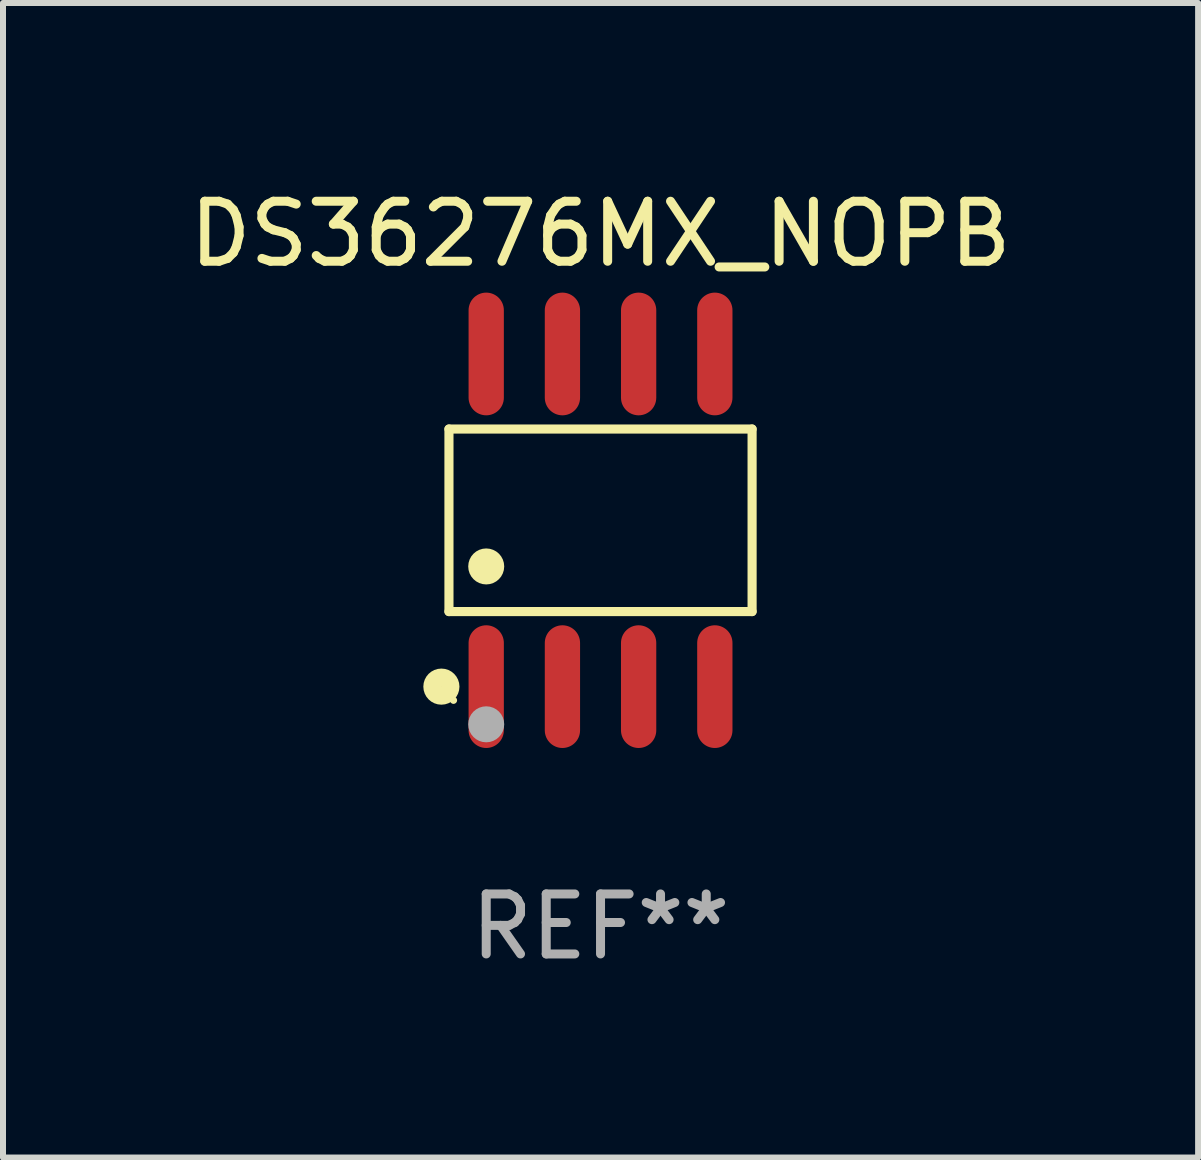
<source format=kicad_pcb>
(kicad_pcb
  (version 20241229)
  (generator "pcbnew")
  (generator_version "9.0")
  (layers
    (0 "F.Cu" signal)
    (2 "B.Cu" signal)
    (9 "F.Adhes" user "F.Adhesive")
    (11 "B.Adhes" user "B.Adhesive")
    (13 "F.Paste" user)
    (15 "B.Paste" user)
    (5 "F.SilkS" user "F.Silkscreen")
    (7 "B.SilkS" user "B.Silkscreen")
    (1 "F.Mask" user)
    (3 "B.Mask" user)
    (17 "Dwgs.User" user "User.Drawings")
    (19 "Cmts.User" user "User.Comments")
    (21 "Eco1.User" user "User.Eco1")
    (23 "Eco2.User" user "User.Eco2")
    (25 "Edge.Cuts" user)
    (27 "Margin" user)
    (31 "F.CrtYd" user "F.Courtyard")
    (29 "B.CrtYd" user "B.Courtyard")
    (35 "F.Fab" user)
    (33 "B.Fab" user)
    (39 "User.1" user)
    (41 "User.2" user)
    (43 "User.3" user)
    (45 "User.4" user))
  (footprint "DS36276MX_NOPB"
    (layer "F.Cu")
    (at 6.958 5.621)
    (property "Reference" "DS36276MX_NOPB" (at 0 -4.772 0) (layer "F.SilkS") (effects (font (size 1 1) (thickness 0.15))))
    (attr through_hole)
    (fp_line (start -2.526 -1.521) (end 2.526 -1.521) (stroke (width 0.152) (type solid)) (layer "F.SilkS"))
    (fp_line (start -2.526 1.521) (end -2.526 -1.521) (stroke (width 0.152) (type solid)) (layer "F.SilkS"))
    (fp_line (start 2.526 -1.521) (end 2.526 1.521) (stroke (width 0.152) (type solid)) (layer "F.SilkS"))
    (fp_line (start 2.526 1.521) (end -2.526 1.521) (stroke (width 0.152) (type solid)) (layer "F.SilkS"))
    (fp_circle (center -2.652 2.772) (end -2.501 2.772) (stroke (width 0.3) (type solid)) (fill no) (layer "F.SilkS"))
    (fp_circle (center -2.45 3) (end -2.42 3) (stroke (width 0.06) (type solid)) (fill no) (layer "F.SilkS"))
    (fp_circle (center -1.905 0.769) (end -1.755 0.769) (stroke (width 0.3) (type solid)) (fill no) (layer "F.SilkS"))
    (fp_circle (center -1.905 3.4) (end -1.755 3.4) (stroke (width 0.3) (type solid)) (fill no) (layer "F.Fab"))
    (fp_text user "REF**" (at 0 6.772 0) (layer "F.Fab") (effects (font (size 1 1) (thickness 0.15))))
    (pad "1" smd oval (at -1.905 2.772) (size 0.588 2.045) (layers "F.Cu" "F.Mask" "F.Paste"))
    (pad "2" smd oval (at -0.635 2.772) (size 0.588 2.045) (layers "F.Cu" "F.Mask" "F.Paste"))
    (pad "3" smd oval (at 0.635 2.772) (size 0.588 2.045) (layers "F.Cu" "F.Mask" "F.Paste"))
    (pad "4" smd oval (at 1.905 2.772) (size 0.588 2.045) (layers "F.Cu" "F.Mask" "F.Paste"))
    (pad "5" smd oval (at 1.905 -2.772) (size 0.588 2.045) (layers "F.Cu" "F.Mask" "F.Paste"))
    (pad "6" smd oval (at 0.635 -2.772) (size 0.588 2.045) (layers "F.Cu" "F.Mask" "F.Paste"))
    (pad "7" smd oval (at -0.635 -2.772) (size 0.588 2.045) (layers "F.Cu" "F.Mask" "F.Paste"))
    (pad "8" smd oval (at -1.905 -2.772) (size 0.588 2.045) (layers "F.Cu" "F.Mask" "F.Paste")))
  (gr_rect
    (start -3 -3)
    (end 16.917 16.241)
    (stroke (width 0.1) (type default))
    (fill no)
    (layer "Edge.Cuts")))
</source>
